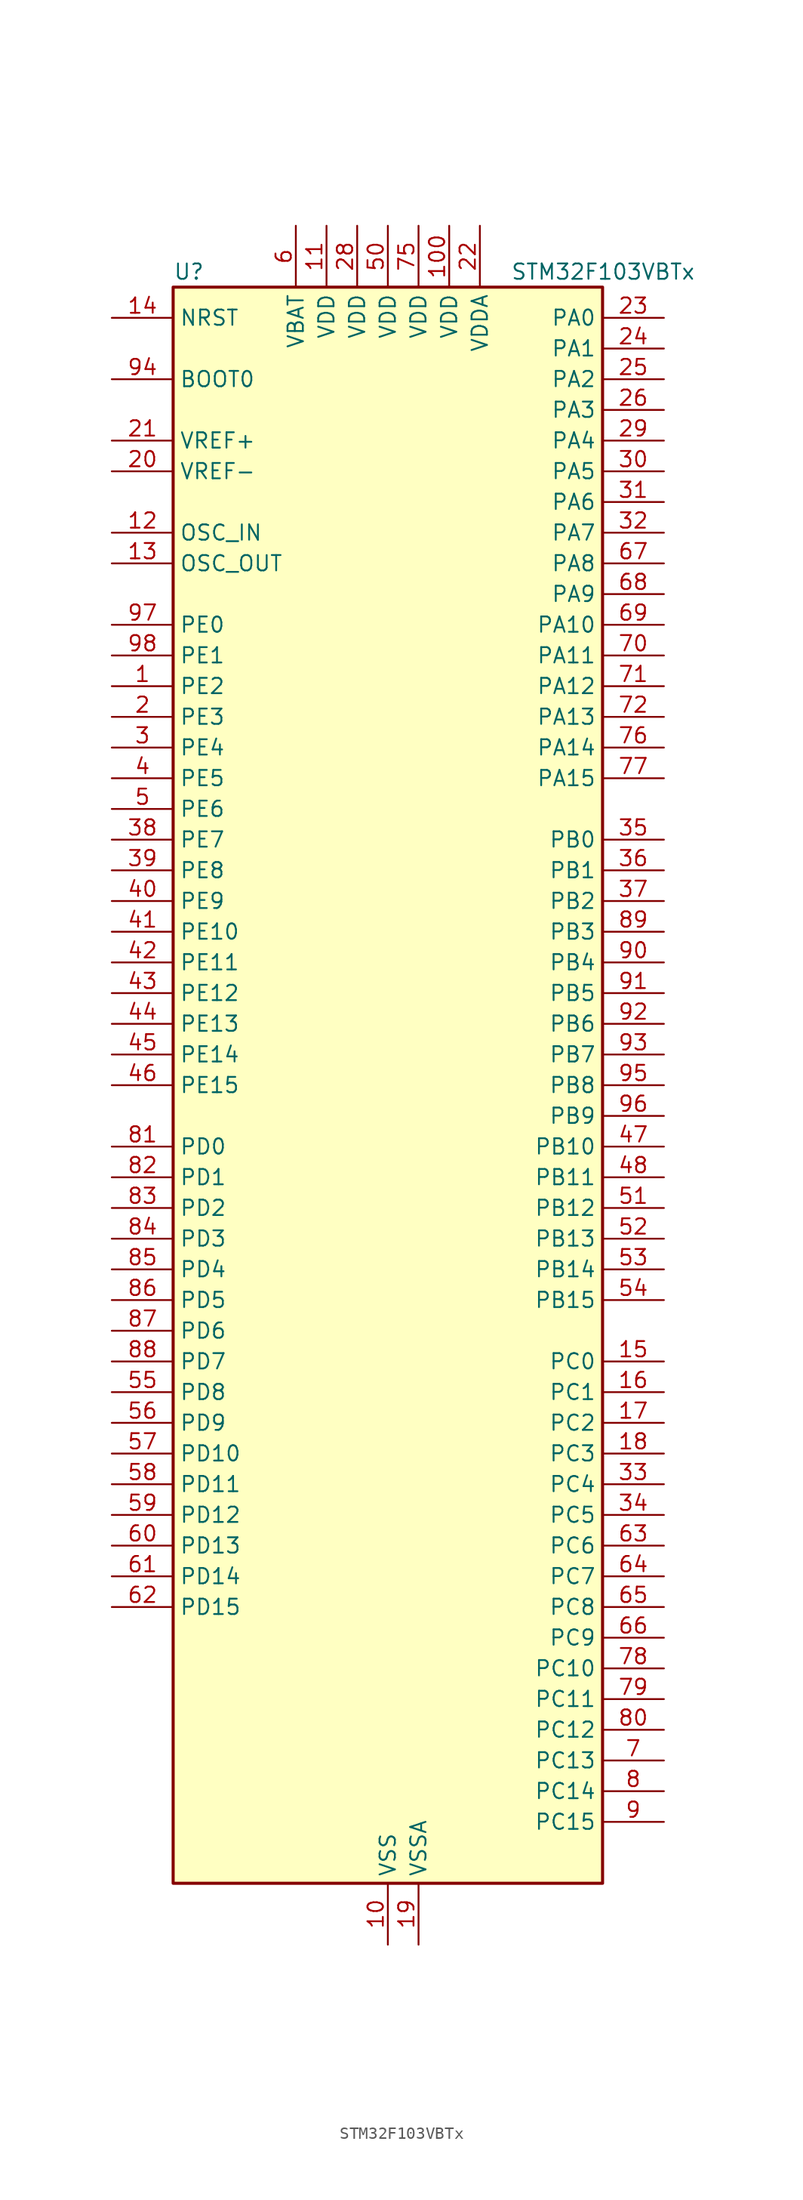
<source format=kicad_sym>
(kicad_symbol_lib
  (version 20220914)
  (generator kicad_symbol_editor)
  (symbol "STM32F103VBTx"
    (property "Reference" "U"
      (at -17.78 67.31 0)
      (effects (font (size 1.27 1.27)) (justify left)))
    (property "Value" "STM32F103VBTx"
      (at 10.16 67.31 0)
      (effects (font (size 1.27 1.27)) (justify left)))
    (property "ki_locked" ""
      (at 0 0 0)
      (effects (font (size 1.27 1.27))))
    (symbol "STM32F103VBTx_0_1"
      (rectangle (start -17.78 -66.04) (end 17.78 66.04) (stroke (width 0.254) (type default)) (fill (type background))))
    (symbol "STM32F103VBTx_1_1"
      (pin bidirectional line (at -22.86 33.02 0) (length 5.08) (name "PE2" (effects (font (size 1.27 1.27)))) (number "1" (effects (font (size 1.27 1.27)))) (alternate "SYS_TRACECLK" bidirectional line))
      (pin power_in line (at 0 -71.12 90) (length 5.08) (name "VSS" (effects (font (size 1.27 1.27)))) (number "10" (effects (font (size 1.27 1.27)))))
      (pin power_in line (at 5.08 71.12 270) (length 5.08) (name "VDD" (effects (font (size 1.27 1.27)))) (number "100" (effects (font (size 1.27 1.27)))))
      (pin power_in line (at -5.08 71.12 270) (length 5.08) (name "VDD" (effects (font (size 1.27 1.27)))) (number "11" (effects (font (size 1.27 1.27)))))
      (pin input line (at -22.86 45.72 0) (length 5.08) (name "OSC_IN" (effects (font (size 1.27 1.27)))) (number "12" (effects (font (size 1.27 1.27)))) (alternate "RCC_OSC_IN" bidirectional line))
      (pin input line (at -22.86 43.18 0) (length 5.08) (name "OSC_OUT" (effects (font (size 1.27 1.27)))) (number "13" (effects (font (size 1.27 1.27)))) (alternate "RCC_OSC_OUT" bidirectional line))
      (pin input line (at -22.86 63.5 0) (length 5.08) (name "NRST" (effects (font (size 1.27 1.27)))) (number "14" (effects (font (size 1.27 1.27)))))
      (pin bidirectional line (at 22.86 -22.86 180) (length 5.08) (name "PC0" (effects (font (size 1.27 1.27)))) (number "15" (effects (font (size 1.27 1.27)))) (alternate "ADC1_IN10" bidirectional line) (alternate "ADC2_IN10" bidirectional line))
      (pin bidirectional line (at 22.86 -25.4 180) (length 5.08) (name "PC1" (effects (font (size 1.27 1.27)))) (number "16" (effects (font (size 1.27 1.27)))) (alternate "ADC1_IN11" bidirectional line) (alternate "ADC2_IN11" bidirectional line))
      (pin bidirectional line (at 22.86 -27.94 180) (length 5.08) (name "PC2" (effects (font (size 1.27 1.27)))) (number "17" (effects (font (size 1.27 1.27)))) (alternate "ADC1_IN12" bidirectional line) (alternate "ADC2_IN12" bidirectional line))
      (pin bidirectional line (at 22.86 -30.48 180) (length 5.08) (name "PC3" (effects (font (size 1.27 1.27)))) (number "18" (effects (font (size 1.27 1.27)))) (alternate "ADC1_IN13" bidirectional line) (alternate "ADC2_IN13" bidirectional line))
      (pin power_in line (at 2.54 -71.12 90) (length 5.08) (name "VSSA" (effects (font (size 1.27 1.27)))) (number "19" (effects (font (size 1.27 1.27)))))
      (pin bidirectional line (at -22.86 30.48 0) (length 5.08) (name "PE3" (effects (font (size 1.27 1.27)))) (number "2" (effects (font (size 1.27 1.27)))) (alternate "SYS_TRACED0" bidirectional line))
      (pin input line (at -22.86 50.8 0) (length 5.08) (name "VREF-" (effects (font (size 1.27 1.27)))) (number "20" (effects (font (size 1.27 1.27)))))
      (pin input line (at -22.86 53.34 0) (length 5.08) (name "VREF+" (effects (font (size 1.27 1.27)))) (number "21" (effects (font (size 1.27 1.27)))))
      (pin power_in line (at 7.62 71.12 270) (length 5.08) (name "VDDA" (effects (font (size 1.27 1.27)))) (number "22" (effects (font (size 1.27 1.27)))))
      (pin bidirectional line (at 22.86 63.5 180) (length 5.08) (name "PA0" (effects (font (size 1.27 1.27)))) (number "23" (effects (font (size 1.27 1.27)))) (alternate "ADC1_IN0" bidirectional line) (alternate "ADC2_IN0" bidirectional line) (alternate "SYS_WKUP" bidirectional line) (alternate "TIM2_CH1" bidirectional line) (alternate "TIM2_ETR" bidirectional line) (alternate "USART2_CTS" bidirectional line))
      (pin bidirectional line (at 22.86 60.96 180) (length 5.08) (name "PA1" (effects (font (size 1.27 1.27)))) (number "24" (effects (font (size 1.27 1.27)))) (alternate "ADC1_IN1" bidirectional line) (alternate "ADC2_IN1" bidirectional line) (alternate "TIM2_CH2" bidirectional line) (alternate "USART2_RTS" bidirectional line))
      (pin bidirectional line (at 22.86 58.42 180) (length 5.08) (name "PA2" (effects (font (size 1.27 1.27)))) (number "25" (effects (font (size 1.27 1.27)))) (alternate "ADC1_IN2" bidirectional line) (alternate "ADC2_IN2" bidirectional line) (alternate "TIM2_CH3" bidirectional line) (alternate "USART2_TX" bidirectional line))
      (pin bidirectional line (at 22.86 55.88 180) (length 5.08) (name "PA3" (effects (font (size 1.27 1.27)))) (number "26" (effects (font (size 1.27 1.27)))) (alternate "ADC1_IN3" bidirectional line) (alternate "ADC2_IN3" bidirectional line) (alternate "TIM2_CH4" bidirectional line) (alternate "USART2_RX" bidirectional line))
      (pin passive line (at 0 -71.12 90) (length 5.08) hide (name "VSS" (effects (font (size 1.27 1.27)))) (number "27" (effects (font (size 1.27 1.27)))))
      (pin power_in line (at -2.54 71.12 270) (length 5.08) (name "VDD" (effects (font (size 1.27 1.27)))) (number "28" (effects (font (size 1.27 1.27)))))
      (pin bidirectional line (at 22.86 53.34 180) (length 5.08) (name "PA4" (effects (font (size 1.27 1.27)))) (number "29" (effects (font (size 1.27 1.27)))) (alternate "ADC1_IN4" bidirectional line) (alternate "ADC2_IN4" bidirectional line) (alternate "SPI1_NSS" bidirectional line) (alternate "USART2_CK" bidirectional line))
      (pin bidirectional line (at -22.86 27.94 0) (length 5.08) (name "PE4" (effects (font (size 1.27 1.27)))) (number "3" (effects (font (size 1.27 1.27)))) (alternate "SYS_TRACED1" bidirectional line))
      (pin bidirectional line (at 22.86 50.8 180) (length 5.08) (name "PA5" (effects (font (size 1.27 1.27)))) (number "30" (effects (font (size 1.27 1.27)))) (alternate "ADC1_IN5" bidirectional line) (alternate "ADC2_IN5" bidirectional line) (alternate "SPI1_SCK" bidirectional line))
      (pin bidirectional line (at 22.86 48.26 180) (length 5.08) (name "PA6" (effects (font (size 1.27 1.27)))) (number "31" (effects (font (size 1.27 1.27)))) (alternate "ADC1_IN6" bidirectional line) (alternate "ADC2_IN6" bidirectional line) (alternate "SPI1_MISO" bidirectional line) (alternate "TIM1_BKIN" bidirectional line) (alternate "TIM3_CH1" bidirectional line))
      (pin bidirectional line (at 22.86 45.72 180) (length 5.08) (name "PA7" (effects (font (size 1.27 1.27)))) (number "32" (effects (font (size 1.27 1.27)))) (alternate "ADC1_IN7" bidirectional line) (alternate "ADC2_IN7" bidirectional line) (alternate "SPI1_MOSI" bidirectional line) (alternate "TIM1_CH1N" bidirectional line) (alternate "TIM3_CH2" bidirectional line))
      (pin bidirectional line (at 22.86 -33.02 180) (length 5.08) (name "PC4" (effects (font (size 1.27 1.27)))) (number "33" (effects (font (size 1.27 1.27)))) (alternate "ADC1_IN14" bidirectional line) (alternate "ADC2_IN14" bidirectional line))
      (pin bidirectional line (at 22.86 -35.56 180) (length 5.08) (name "PC5" (effects (font (size 1.27 1.27)))) (number "34" (effects (font (size 1.27 1.27)))) (alternate "ADC1_IN15" bidirectional line) (alternate "ADC2_IN15" bidirectional line))
      (pin bidirectional line (at 22.86 20.32 180) (length 5.08) (name "PB0" (effects (font (size 1.27 1.27)))) (number "35" (effects (font (size 1.27 1.27)))) (alternate "ADC1_IN8" bidirectional line) (alternate "ADC2_IN8" bidirectional line) (alternate "TIM1_CH2N" bidirectional line) (alternate "TIM3_CH3" bidirectional line))
      (pin bidirectional line (at 22.86 17.78 180) (length 5.08) (name "PB1" (effects (font (size 1.27 1.27)))) (number "36" (effects (font (size 1.27 1.27)))) (alternate "ADC1_IN9" bidirectional line) (alternate "ADC2_IN9" bidirectional line) (alternate "TIM1_CH3N" bidirectional line) (alternate "TIM3_CH4" bidirectional line))
      (pin bidirectional line (at 22.86 15.24 180) (length 5.08) (name "PB2" (effects (font (size 1.27 1.27)))) (number "37" (effects (font (size 1.27 1.27)))))
      (pin bidirectional line (at -22.86 20.32 0) (length 5.08) (name "PE7" (effects (font (size 1.27 1.27)))) (number "38" (effects (font (size 1.27 1.27)))) (alternate "TIM1_ETR" bidirectional line))
      (pin bidirectional line (at -22.86 17.78 0) (length 5.08) (name "PE8" (effects (font (size 1.27 1.27)))) (number "39" (effects (font (size 1.27 1.27)))) (alternate "TIM1_CH1N" bidirectional line))
      (pin bidirectional line (at -22.86 25.4 0) (length 5.08) (name "PE5" (effects (font (size 1.27 1.27)))) (number "4" (effects (font (size 1.27 1.27)))) (alternate "SYS_TRACED2" bidirectional line))
      (pin bidirectional line (at -22.86 15.24 0) (length 5.08) (name "PE9" (effects (font (size 1.27 1.27)))) (number "40" (effects (font (size 1.27 1.27)))) (alternate "TIM1_CH1" bidirectional line))
      (pin bidirectional line (at -22.86 12.7 0) (length 5.08) (name "PE10" (effects (font (size 1.27 1.27)))) (number "41" (effects (font (size 1.27 1.27)))) (alternate "TIM1_CH2N" bidirectional line))
      (pin bidirectional line (at -22.86 10.16 0) (length 5.08) (name "PE11" (effects (font (size 1.27 1.27)))) (number "42" (effects (font (size 1.27 1.27)))) (alternate "ADC1_EXTI11" bidirectional line) (alternate "ADC2_EXTI11" bidirectional line) (alternate "TIM1_CH2" bidirectional line))
      (pin bidirectional line (at -22.86 7.62 0) (length 5.08) (name "PE12" (effects (font (size 1.27 1.27)))) (number "43" (effects (font (size 1.27 1.27)))) (alternate "TIM1_CH3N" bidirectional line))
      (pin bidirectional line (at -22.86 5.08 0) (length 5.08) (name "PE13" (effects (font (size 1.27 1.27)))) (number "44" (effects (font (size 1.27 1.27)))) (alternate "TIM1_CH3" bidirectional line))
      (pin bidirectional line (at -22.86 2.54 0) (length 5.08) (name "PE14" (effects (font (size 1.27 1.27)))) (number "45" (effects (font (size 1.27 1.27)))) (alternate "TIM1_CH4" bidirectional line))
      (pin bidirectional line (at -22.86 0 0) (length 5.08) (name "PE15" (effects (font (size 1.27 1.27)))) (number "46" (effects (font (size 1.27 1.27)))) (alternate "ADC1_EXTI15" bidirectional line) (alternate "ADC2_EXTI15" bidirectional line) (alternate "TIM1_BKIN" bidirectional line))
      (pin bidirectional line (at 22.86 -5.08 180) (length 5.08) (name "PB10" (effects (font (size 1.27 1.27)))) (number "47" (effects (font (size 1.27 1.27)))) (alternate "I2C2_SCL" bidirectional line) (alternate "TIM2_CH3" bidirectional line) (alternate "USART3_TX" bidirectional line))
      (pin bidirectional line (at 22.86 -7.62 180) (length 5.08) (name "PB11" (effects (font (size 1.27 1.27)))) (number "48" (effects (font (size 1.27 1.27)))) (alternate "ADC1_EXTI11" bidirectional line) (alternate "ADC2_EXTI11" bidirectional line) (alternate "I2C2_SDA" bidirectional line) (alternate "TIM2_CH4" bidirectional line) (alternate "USART3_RX" bidirectional line))
      (pin passive line (at 0 -71.12 90) (length 5.08) hide (name "VSS" (effects (font (size 1.27 1.27)))) (number "49" (effects (font (size 1.27 1.27)))))
      (pin bidirectional line (at -22.86 22.86 0) (length 5.08) (name "PE6" (effects (font (size 1.27 1.27)))) (number "5" (effects (font (size 1.27 1.27)))) (alternate "SYS_TRACED3" bidirectional line))
      (pin power_in line (at 0 71.12 270) (length 5.08) (name "VDD" (effects (font (size 1.27 1.27)))) (number "50" (effects (font (size 1.27 1.27)))))
      (pin bidirectional line (at 22.86 -10.16 180) (length 5.08) (name "PB12" (effects (font (size 1.27 1.27)))) (number "51" (effects (font (size 1.27 1.27)))) (alternate "I2C2_SMBA" bidirectional line) (alternate "SPI2_NSS" bidirectional line) (alternate "TIM1_BKIN" bidirectional line) (alternate "USART3_CK" bidirectional line))
      (pin bidirectional line (at 22.86 -12.7 180) (length 5.08) (name "PB13" (effects (font (size 1.27 1.27)))) (number "52" (effects (font (size 1.27 1.27)))) (alternate "SPI2_SCK" bidirectional line) (alternate "TIM1_CH1N" bidirectional line) (alternate "USART3_CTS" bidirectional line))
      (pin bidirectional line (at 22.86 -15.24 180) (length 5.08) (name "PB14" (effects (font (size 1.27 1.27)))) (number "53" (effects (font (size 1.27 1.27)))) (alternate "SPI2_MISO" bidirectional line) (alternate "TIM1_CH2N" bidirectional line) (alternate "USART3_RTS" bidirectional line))
      (pin bidirectional line (at 22.86 -17.78 180) (length 5.08) (name "PB15" (effects (font (size 1.27 1.27)))) (number "54" (effects (font (size 1.27 1.27)))) (alternate "ADC1_EXTI15" bidirectional line) (alternate "ADC2_EXTI15" bidirectional line) (alternate "SPI2_MOSI" bidirectional line) (alternate "TIM1_CH3N" bidirectional line))
      (pin bidirectional line (at -22.86 -25.4 0) (length 5.08) (name "PD8" (effects (font (size 1.27 1.27)))) (number "55" (effects (font (size 1.27 1.27)))) (alternate "USART3_TX" bidirectional line))
      (pin bidirectional line (at -22.86 -27.94 0) (length 5.08) (name "PD9" (effects (font (size 1.27 1.27)))) (number "56" (effects (font (size 1.27 1.27)))) (alternate "USART3_RX" bidirectional line))
      (pin bidirectional line (at -22.86 -30.48 0) (length 5.08) (name "PD10" (effects (font (size 1.27 1.27)))) (number "57" (effects (font (size 1.27 1.27)))) (alternate "USART3_CK" bidirectional line))
      (pin bidirectional line (at -22.86 -33.02 0) (length 5.08) (name "PD11" (effects (font (size 1.27 1.27)))) (number "58" (effects (font (size 1.27 1.27)))) (alternate "ADC1_EXTI11" bidirectional line) (alternate "ADC2_EXTI11" bidirectional line) (alternate "USART3_CTS" bidirectional line))
      (pin bidirectional line (at -22.86 -35.56 0) (length 5.08) (name "PD12" (effects (font (size 1.27 1.27)))) (number "59" (effects (font (size 1.27 1.27)))) (alternate "TIM4_CH1" bidirectional line) (alternate "USART3_RTS" bidirectional line))
      (pin power_in line (at -7.62 71.12 270) (length 5.08) (name "VBAT" (effects (font (size 1.27 1.27)))) (number "6" (effects (font (size 1.27 1.27)))))
      (pin bidirectional line (at -22.86 -38.1 0) (length 5.08) (name "PD13" (effects (font (size 1.27 1.27)))) (number "60" (effects (font (size 1.27 1.27)))) (alternate "TIM4_CH2" bidirectional line))
      (pin bidirectional line (at -22.86 -40.64 0) (length 5.08) (name "PD14" (effects (font (size 1.27 1.27)))) (number "61" (effects (font (size 1.27 1.27)))) (alternate "TIM4_CH3" bidirectional line))
      (pin bidirectional line (at -22.86 -43.18 0) (length 5.08) (name "PD15" (effects (font (size 1.27 1.27)))) (number "62" (effects (font (size 1.27 1.27)))) (alternate "ADC1_EXTI15" bidirectional line) (alternate "ADC2_EXTI15" bidirectional line) (alternate "TIM4_CH4" bidirectional line))
      (pin bidirectional line (at 22.86 -38.1 180) (length 5.08) (name "PC6" (effects (font (size 1.27 1.27)))) (number "63" (effects (font (size 1.27 1.27)))) (alternate "TIM3_CH1" bidirectional line))
      (pin bidirectional line (at 22.86 -40.64 180) (length 5.08) (name "PC7" (effects (font (size 1.27 1.27)))) (number "64" (effects (font (size 1.27 1.27)))) (alternate "TIM3_CH2" bidirectional line))
      (pin bidirectional line (at 22.86 -43.18 180) (length 5.08) (name "PC8" (effects (font (size 1.27 1.27)))) (number "65" (effects (font (size 1.27 1.27)))) (alternate "TIM3_CH3" bidirectional line))
      (pin bidirectional line (at 22.86 -45.72 180) (length 5.08) (name "PC9" (effects (font (size 1.27 1.27)))) (number "66" (effects (font (size 1.27 1.27)))) (alternate "TIM3_CH4" bidirectional line))
      (pin bidirectional line (at 22.86 43.18 180) (length 5.08) (name "PA8" (effects (font (size 1.27 1.27)))) (number "67" (effects (font (size 1.27 1.27)))) (alternate "RCC_MCO" bidirectional line) (alternate "TIM1_CH1" bidirectional line) (alternate "USART1_CK" bidirectional line))
      (pin bidirectional line (at 22.86 40.64 180) (length 5.08) (name "PA9" (effects (font (size 1.27 1.27)))) (number "68" (effects (font (size 1.27 1.27)))) (alternate "TIM1_CH2" bidirectional line) (alternate "USART1_TX" bidirectional line))
      (pin bidirectional line (at 22.86 38.1 180) (length 5.08) (name "PA10" (effects (font (size 1.27 1.27)))) (number "69" (effects (font (size 1.27 1.27)))) (alternate "TIM1_CH3" bidirectional line) (alternate "USART1_RX" bidirectional line))
      (pin bidirectional line (at 22.86 -55.88 180) (length 5.08) (name "PC13" (effects (font (size 1.27 1.27)))) (number "7" (effects (font (size 1.27 1.27)))) (alternate "RTC_OUT" bidirectional line) (alternate "RTC_TAMPER" bidirectional line))
      (pin bidirectional line (at 22.86 35.56 180) (length 5.08) (name "PA11" (effects (font (size 1.27 1.27)))) (number "70" (effects (font (size 1.27 1.27)))) (alternate "ADC1_EXTI11" bidirectional line) (alternate "ADC2_EXTI11" bidirectional line) (alternate "CAN_RX" bidirectional line) (alternate "TIM1_CH4" bidirectional line) (alternate "USART1_CTS" bidirectional line) (alternate "USB_DM" bidirectional line))
      (pin bidirectional line (at 22.86 33.02 180) (length 5.08) (name "PA12" (effects (font (size 1.27 1.27)))) (number "71" (effects (font (size 1.27 1.27)))) (alternate "CAN_TX" bidirectional line) (alternate "TIM1_ETR" bidirectional line) (alternate "USART1_RTS" bidirectional line) (alternate "USB_DP" bidirectional line))
      (pin bidirectional line (at 22.86 30.48 180) (length 5.08) (name "PA13" (effects (font (size 1.27 1.27)))) (number "72" (effects (font (size 1.27 1.27)))) (alternate "SYS_JTMS-SWDIO" bidirectional line))
      (pin no_connect line (at -17.78 -66.04 0) (length 5.08) hide (name "NC" (effects (font (size 1.27 1.27)))) (number "73" (effects (font (size 1.27 1.27)))))
      (pin passive line (at 0 -71.12 90) (length 5.08) hide (name "VSS" (effects (font (size 1.27 1.27)))) (number "74" (effects (font (size 1.27 1.27)))))
      (pin power_in line (at 2.54 71.12 270) (length 5.08) (name "VDD" (effects (font (size 1.27 1.27)))) (number "75" (effects (font (size 1.27 1.27)))))
      (pin bidirectional line (at 22.86 27.94 180) (length 5.08) (name "PA14" (effects (font (size 1.27 1.27)))) (number "76" (effects (font (size 1.27 1.27)))) (alternate "SYS_JTCK-SWCLK" bidirectional line))
      (pin bidirectional line (at 22.86 25.4 180) (length 5.08) (name "PA15" (effects (font (size 1.27 1.27)))) (number "77" (effects (font (size 1.27 1.27)))) (alternate "ADC1_EXTI15" bidirectional line) (alternate "ADC2_EXTI15" bidirectional line) (alternate "SPI1_NSS" bidirectional line) (alternate "SYS_JTDI" bidirectional line) (alternate "TIM2_CH1" bidirectional line) (alternate "TIM2_ETR" bidirectional line))
      (pin bidirectional line (at 22.86 -48.26 180) (length 5.08) (name "PC10" (effects (font (size 1.27 1.27)))) (number "78" (effects (font (size 1.27 1.27)))) (alternate "USART3_TX" bidirectional line))
      (pin bidirectional line (at 22.86 -50.8 180) (length 5.08) (name "PC11" (effects (font (size 1.27 1.27)))) (number "79" (effects (font (size 1.27 1.27)))) (alternate "ADC1_EXTI11" bidirectional line) (alternate "ADC2_EXTI11" bidirectional line) (alternate "USART3_RX" bidirectional line))
      (pin bidirectional line (at 22.86 -58.42 180) (length 5.08) (name "PC14" (effects (font (size 1.27 1.27)))) (number "8" (effects (font (size 1.27 1.27)))) (alternate "RCC_OSC32_IN" bidirectional line))
      (pin bidirectional line (at 22.86 -53.34 180) (length 5.08) (name "PC12" (effects (font (size 1.27 1.27)))) (number "80" (effects (font (size 1.27 1.27)))) (alternate "USART3_CK" bidirectional line))
      (pin bidirectional line (at -22.86 -5.08 0) (length 5.08) (name "PD0" (effects (font (size 1.27 1.27)))) (number "81" (effects (font (size 1.27 1.27)))) (alternate "CAN_RX" bidirectional line))
      (pin bidirectional line (at -22.86 -7.62 0) (length 5.08) (name "PD1" (effects (font (size 1.27 1.27)))) (number "82" (effects (font (size 1.27 1.27)))) (alternate "CAN_TX" bidirectional line))
      (pin bidirectional line (at -22.86 -10.16 0) (length 5.08) (name "PD2" (effects (font (size 1.27 1.27)))) (number "83" (effects (font (size 1.27 1.27)))) (alternate "TIM3_ETR" bidirectional line))
      (pin bidirectional line (at -22.86 -12.7 0) (length 5.08) (name "PD3" (effects (font (size 1.27 1.27)))) (number "84" (effects (font (size 1.27 1.27)))) (alternate "USART2_CTS" bidirectional line))
      (pin bidirectional line (at -22.86 -15.24 0) (length 5.08) (name "PD4" (effects (font (size 1.27 1.27)))) (number "85" (effects (font (size 1.27 1.27)))) (alternate "USART2_RTS" bidirectional line))
      (pin bidirectional line (at -22.86 -17.78 0) (length 5.08) (name "PD5" (effects (font (size 1.27 1.27)))) (number "86" (effects (font (size 1.27 1.27)))) (alternate "USART2_TX" bidirectional line))
      (pin bidirectional line (at -22.86 -20.32 0) (length 5.08) (name "PD6" (effects (font (size 1.27 1.27)))) (number "87" (effects (font (size 1.27 1.27)))) (alternate "USART2_RX" bidirectional line))
      (pin bidirectional line (at -22.86 -22.86 0) (length 5.08) (name "PD7" (effects (font (size 1.27 1.27)))) (number "88" (effects (font (size 1.27 1.27)))) (alternate "USART2_CK" bidirectional line))
      (pin bidirectional line (at 22.86 12.7 180) (length 5.08) (name "PB3" (effects (font (size 1.27 1.27)))) (number "89" (effects (font (size 1.27 1.27)))) (alternate "SPI1_SCK" bidirectional line) (alternate "SYS_JTDO-TRACESWO" bidirectional line) (alternate "TIM2_CH2" bidirectional line))
      (pin bidirectional line (at 22.86 -60.96 180) (length 5.08) (name "PC15" (effects (font (size 1.27 1.27)))) (number "9" (effects (font (size 1.27 1.27)))) (alternate "ADC1_EXTI15" bidirectional line) (alternate "ADC2_EXTI15" bidirectional line) (alternate "RCC_OSC32_OUT" bidirectional line))
      (pin bidirectional line (at 22.86 10.16 180) (length 5.08) (name "PB4" (effects (font (size 1.27 1.27)))) (number "90" (effects (font (size 1.27 1.27)))) (alternate "SPI1_MISO" bidirectional line) (alternate "SYS_NJTRST" bidirectional line) (alternate "TIM3_CH1" bidirectional line))
      (pin bidirectional line (at 22.86 7.62 180) (length 5.08) (name "PB5" (effects (font (size 1.27 1.27)))) (number "91" (effects (font (size 1.27 1.27)))) (alternate "I2C1_SMBA" bidirectional line) (alternate "SPI1_MOSI" bidirectional line) (alternate "TIM3_CH2" bidirectional line))
      (pin bidirectional line (at 22.86 5.08 180) (length 5.08) (name "PB6" (effects (font (size 1.27 1.27)))) (number "92" (effects (font (size 1.27 1.27)))) (alternate "I2C1_SCL" bidirectional line) (alternate "TIM4_CH1" bidirectional line) (alternate "USART1_TX" bidirectional line))
      (pin bidirectional line (at 22.86 2.54 180) (length 5.08) (name "PB7" (effects (font (size 1.27 1.27)))) (number "93" (effects (font (size 1.27 1.27)))) (alternate "I2C1_SDA" bidirectional line) (alternate "TIM4_CH2" bidirectional line) (alternate "USART1_RX" bidirectional line))
      (pin input line (at -22.86 58.42 0) (length 5.08) (name "BOOT0" (effects (font (size 1.27 1.27)))) (number "94" (effects (font (size 1.27 1.27)))))
      (pin bidirectional line (at 22.86 0 180) (length 5.08) (name "PB8" (effects (font (size 1.27 1.27)))) (number "95" (effects (font (size 1.27 1.27)))) (alternate "CAN_RX" bidirectional line) (alternate "I2C1_SCL" bidirectional line) (alternate "TIM4_CH3" bidirectional line))
      (pin bidirectional line (at 22.86 -2.54 180) (length 5.08) (name "PB9" (effects (font (size 1.27 1.27)))) (number "96" (effects (font (size 1.27 1.27)))) (alternate "CAN_TX" bidirectional line) (alternate "I2C1_SDA" bidirectional line) (alternate "TIM4_CH4" bidirectional line))
      (pin bidirectional line (at -22.86 38.1 0) (length 5.08) (name "PE0" (effects (font (size 1.27 1.27)))) (number "97" (effects (font (size 1.27 1.27)))) (alternate "TIM4_ETR" bidirectional line))
      (pin bidirectional line (at -22.86 35.56 0) (length 5.08) (name "PE1" (effects (font (size 1.27 1.27)))) (number "98" (effects (font (size 1.27 1.27)))))
      (pin passive line (at 0 -71.12 90) (length 5.08) hide (name "VSS" (effects (font (size 1.27 1.27)))) (number "99" (effects (font (size 1.27 1.27))))))))
</source>
